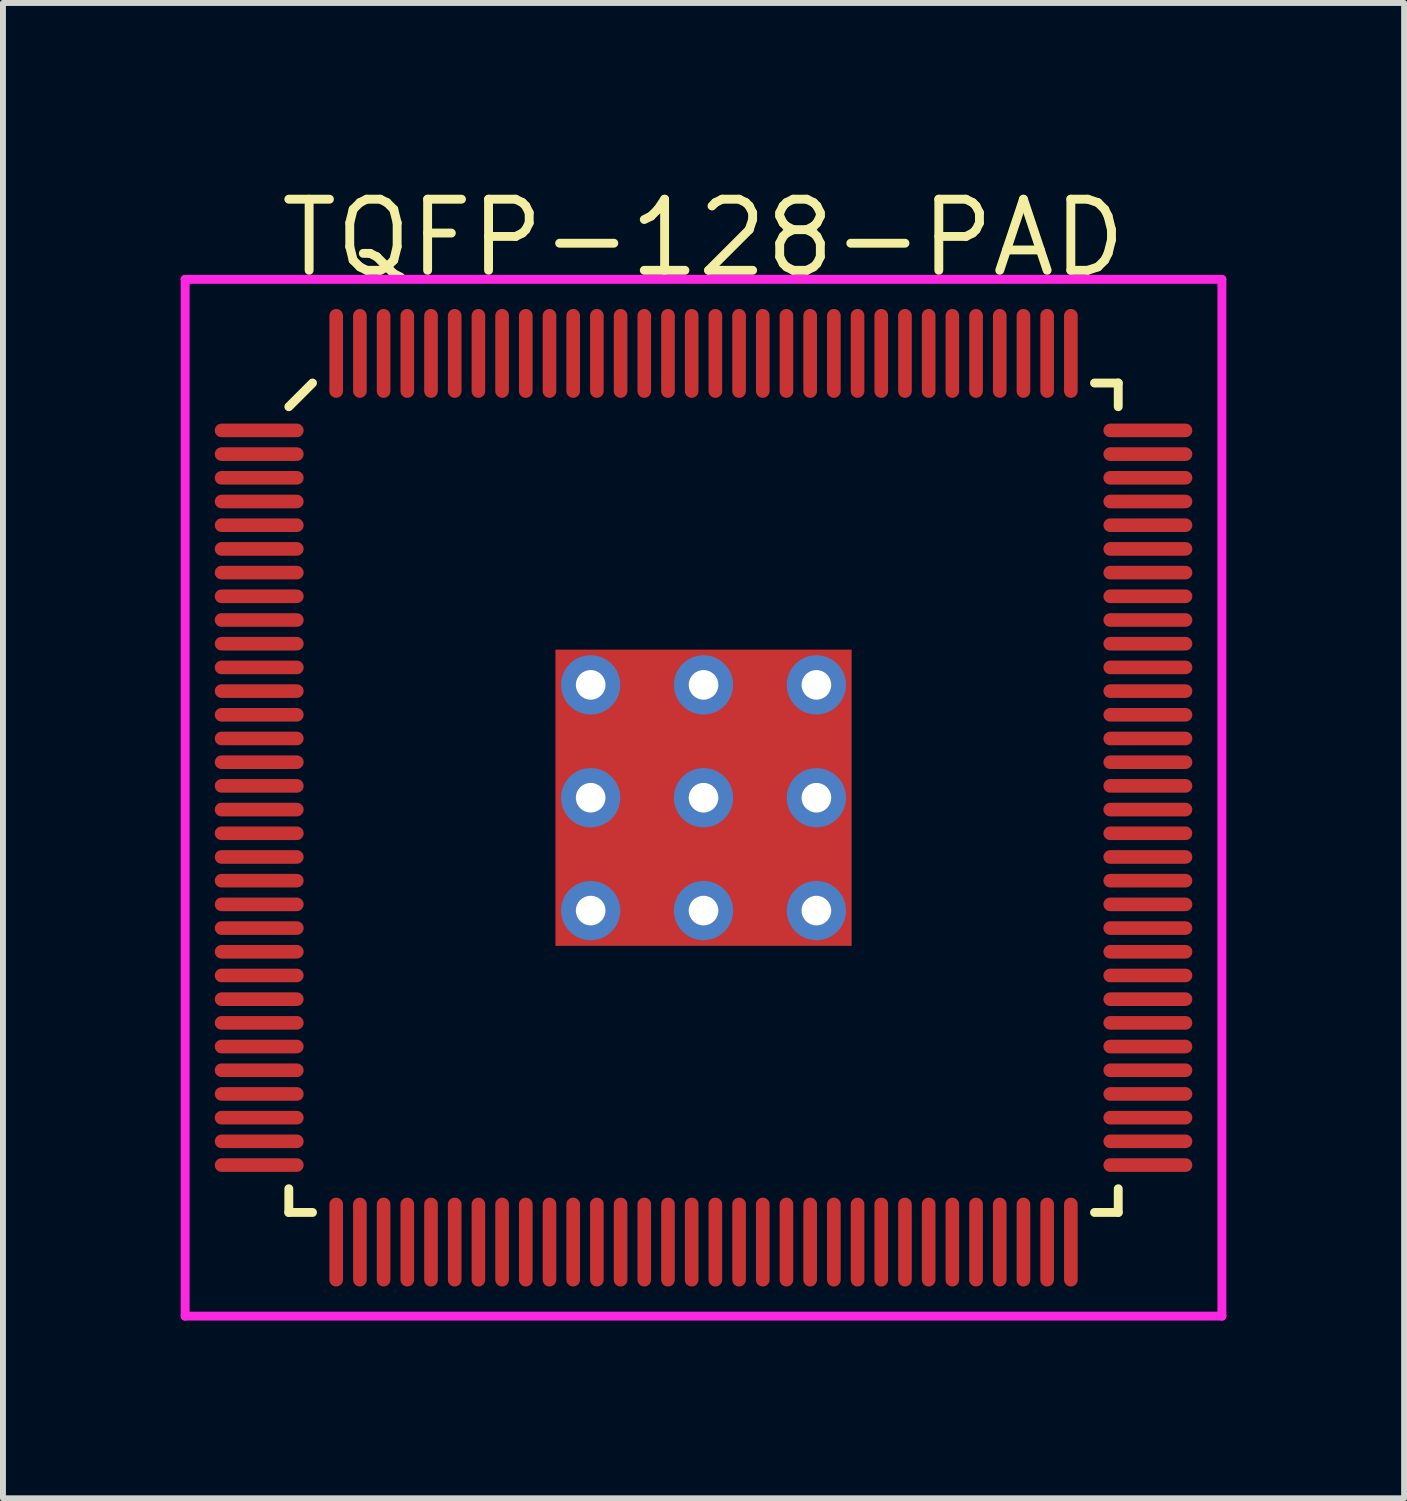
<source format=kicad_pcb>
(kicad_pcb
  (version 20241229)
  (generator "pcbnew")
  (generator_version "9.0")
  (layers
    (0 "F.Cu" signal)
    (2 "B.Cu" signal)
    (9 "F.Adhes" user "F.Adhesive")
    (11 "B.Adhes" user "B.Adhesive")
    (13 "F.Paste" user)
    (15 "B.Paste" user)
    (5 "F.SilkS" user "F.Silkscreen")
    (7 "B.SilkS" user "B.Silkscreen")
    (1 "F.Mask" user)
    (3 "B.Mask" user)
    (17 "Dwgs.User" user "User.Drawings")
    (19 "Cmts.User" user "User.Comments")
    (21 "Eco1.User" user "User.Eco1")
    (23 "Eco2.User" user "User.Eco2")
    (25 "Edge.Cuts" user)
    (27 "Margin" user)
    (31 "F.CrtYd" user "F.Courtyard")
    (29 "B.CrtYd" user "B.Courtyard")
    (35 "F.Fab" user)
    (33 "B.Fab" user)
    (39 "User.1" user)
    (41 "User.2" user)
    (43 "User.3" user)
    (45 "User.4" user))
  (footprint "TQFP-128-PAD"
    (layer "F.Cu")
    (at 8.825 10.415)
    (property "Reference" "TQFP-128-PAD" (at 0 -9.45 0) (layer "F.SilkS") (effects (font (size 1.2 1.2) (thickness 0.15))))
    (attr through_hole)
    (fp_line (start -7 -6.6) (end -6.6 -7) (stroke (width 0.15) (type solid)) (layer "F.SilkS"))
    (fp_line (start -7 7) (end -7 6.6) (stroke (width 0.15) (type solid)) (layer "F.SilkS"))
    (fp_line (start -6.6 7) (end -7 7) (stroke (width 0.15) (type solid)) (layer "F.SilkS"))
    (fp_line (start 6.6 -7) (end 7 -7) (stroke (width 0.15) (type solid)) (layer "F.SilkS"))
    (fp_line (start 6.6 7) (end 7 7) (stroke (width 0.15) (type solid)) (layer "F.SilkS"))
    (fp_line (start 7 -7) (end 7 -6.6) (stroke (width 0.15) (type solid)) (layer "F.SilkS"))
    (fp_line (start 7 7) (end 7 6.6) (stroke (width 0.15) (type solid)) (layer "F.SilkS"))
    (fp_line (start -8.75 -8.75) (end 8.75 -8.75) (stroke (width 0.15) (type solid)) (layer "F.CrtYd"))
    (fp_line (start -8.75 8.75) (end -8.75 -8.75) (stroke (width 0.15) (type solid)) (layer "F.CrtYd"))
    (fp_line (start 8.75 -8.75) (end 8.75 8.75) (stroke (width 0.15) (type solid)) (layer "F.CrtYd"))
    (fp_line (start 8.75 8.75) (end -8.75 8.75) (stroke (width 0.15) (type solid)) (layer "F.CrtYd"))
    (pad "1" smd oval (at -7.5 -6.2 90) (size 0.23 1.5) (layers "F.Cu" "F.Mask" "F.Paste"))
    (pad "2" smd oval (at -7.5 -5.8 90) (size 0.23 1.5) (layers "F.Cu" "F.Mask" "F.Paste"))
    (pad "3" smd oval (at -7.5 -5.4 90) (size 0.23 1.5) (layers "F.Cu" "F.Mask" "F.Paste"))
    (pad "4" smd oval (at -7.5 -5 90) (size 0.23 1.5) (layers "F.Cu" "F.Mask" "F.Paste"))
    (pad "5" smd oval (at -7.5 -4.6 90) (size 0.23 1.5) (layers "F.Cu" "F.Mask" "F.Paste"))
    (pad "6" smd oval (at -7.5 -4.2 90) (size 0.23 1.5) (layers "F.Cu" "F.Mask" "F.Paste"))
    (pad "7" smd oval (at -7.5 -3.8 90) (size 0.23 1.5) (layers "F.Cu" "F.Mask" "F.Paste"))
    (pad "8" smd oval (at -7.5 -3.4 90) (size 0.23 1.5) (layers "F.Cu" "F.Mask" "F.Paste"))
    (pad "9" smd oval (at -7.5 -3 90) (size 0.23 1.5) (layers "F.Cu" "F.Mask" "F.Paste"))
    (pad "10" smd oval (at -7.5 -2.6 90) (size 0.23 1.5) (layers "F.Cu" "F.Mask" "F.Paste"))
    (pad "11" smd oval (at -7.5 -2.2 90) (size 0.23 1.5) (layers "F.Cu" "F.Mask" "F.Paste"))
    (pad "12" smd oval (at -7.5 -1.8 90) (size 0.23 1.5) (layers "F.Cu" "F.Mask" "F.Paste"))
    (pad "13" smd oval (at -7.5 -1.4 90) (size 0.23 1.5) (layers "F.Cu" "F.Mask" "F.Paste"))
    (pad "14" smd oval (at -7.5 -1 90) (size 0.23 1.5) (layers "F.Cu" "F.Mask" "F.Paste"))
    (pad "15" smd oval (at -7.5 -0.6 90) (size 0.23 1.5) (layers "F.Cu" "F.Mask" "F.Paste"))
    (pad "16" smd oval (at -7.5 -0.2 90) (size 0.23 1.5) (layers "F.Cu" "F.Mask" "F.Paste"))
    (pad "17" smd oval (at -7.5 0.2 90) (size 0.23 1.5) (layers "F.Cu" "F.Mask" "F.Paste"))
    (pad "18" smd oval (at -7.5 0.6 90) (size 0.23 1.5) (layers "F.Cu" "F.Mask" "F.Paste"))
    (pad "19" smd oval (at -7.5 1 90) (size 0.23 1.5) (layers "F.Cu" "F.Mask" "F.Paste"))
    (pad "20" smd oval (at -7.5 1.4 90) (size 0.23 1.5) (layers "F.Cu" "F.Mask" "F.Paste"))
    (pad "21" smd oval (at -7.5 1.8 90) (size 0.23 1.5) (layers "F.Cu" "F.Mask" "F.Paste"))
    (pad "22" smd oval (at -7.5 2.2 90) (size 0.23 1.5) (layers "F.Cu" "F.Mask" "F.Paste"))
    (pad "23" smd oval (at -7.5 2.6 90) (size 0.23 1.5) (layers "F.Cu" "F.Mask" "F.Paste"))
    (pad "24" smd oval (at -7.5 3 90) (size 0.23 1.5) (layers "F.Cu" "F.Mask" "F.Paste"))
    (pad "25" smd oval (at -7.5 3.4 90) (size 0.23 1.5) (layers "F.Cu" "F.Mask" "F.Paste"))
    (pad "26" smd oval (at -7.5 3.8 90) (size 0.23 1.5) (layers "F.Cu" "F.Mask" "F.Paste"))
    (pad "27" smd oval (at -7.5 4.2 90) (size 0.23 1.5) (layers "F.Cu" "F.Mask" "F.Paste"))
    (pad "28" smd oval (at -7.5 4.6 90) (size 0.23 1.5) (layers "F.Cu" "F.Mask" "F.Paste"))
    (pad "29" smd oval (at -7.5 5 90) (size 0.23 1.5) (layers "F.Cu" "F.Mask" "F.Paste"))
    (pad "30" smd oval (at -7.5 5.4 90) (size 0.23 1.5) (layers "F.Cu" "F.Mask" "F.Paste"))
    (pad "31" smd oval (at -7.5 5.8 90) (size 0.23 1.5) (layers "F.Cu" "F.Mask" "F.Paste"))
    (pad "32" smd oval (at -7.5 6.2 90) (size 0.23 1.5) (layers "F.Cu" "F.Mask" "F.Paste"))
    (pad "33" smd oval (at -6.2 7.5) (size 0.23 1.5) (layers "F.Cu" "F.Mask" "F.Paste"))
    (pad "34" smd oval (at -5.8 7.5) (size 0.23 1.5) (layers "F.Cu" "F.Mask" "F.Paste"))
    (pad "35" smd oval (at -5.4 7.5) (size 0.23 1.5) (layers "F.Cu" "F.Mask" "F.Paste"))
    (pad "36" smd oval (at -5 7.5) (size 0.23 1.5) (layers "F.Cu" "F.Mask" "F.Paste"))
    (pad "37" smd oval (at -4.6 7.5) (size 0.23 1.5) (layers "F.Cu" "F.Mask" "F.Paste"))
    (pad "38" smd oval (at -4.2 7.5) (size 0.23 1.5) (layers "F.Cu" "F.Mask" "F.Paste"))
    (pad "39" smd oval (at -3.8 7.5) (size 0.23 1.5) (layers "F.Cu" "F.Mask" "F.Paste"))
    (pad "40" smd oval (at -3.4 7.5) (size 0.23 1.5) (layers "F.Cu" "F.Mask" "F.Paste"))
    (pad "41" smd oval (at -3 7.5) (size 0.23 1.5) (layers "F.Cu" "F.Mask" "F.Paste"))
    (pad "42" smd oval (at -2.6 7.5) (size 0.23 1.5) (layers "F.Cu" "F.Mask" "F.Paste"))
    (pad "43" smd oval (at -2.2 7.5) (size 0.23 1.5) (layers "F.Cu" "F.Mask" "F.Paste"))
    (pad "44" smd oval (at -1.8 7.5) (size 0.23 1.5) (layers "F.Cu" "F.Mask" "F.Paste"))
    (pad "45" smd oval (at -1.4 7.5) (size 0.23 1.5) (layers "F.Cu" "F.Mask" "F.Paste"))
    (pad "46" smd oval (at -1 7.5) (size 0.23 1.5) (layers "F.Cu" "F.Mask" "F.Paste"))
    (pad "47" smd oval (at -0.6 7.5) (size 0.23 1.5) (layers "F.Cu" "F.Mask" "F.Paste"))
    (pad "48" smd oval (at -0.2 7.5) (size 0.23 1.5) (layers "F.Cu" "F.Mask" "F.Paste"))
    (pad "49" smd oval (at 0.2 7.5) (size 0.23 1.5) (layers "F.Cu" "F.Mask" "F.Paste"))
    (pad "50" smd oval (at 0.6 7.5) (size 0.23 1.5) (layers "F.Cu" "F.Mask" "F.Paste"))
    (pad "51" smd oval (at 1 7.5) (size 0.23 1.5) (layers "F.Cu" "F.Mask" "F.Paste"))
    (pad "52" smd oval (at 1.4 7.5) (size 0.23 1.5) (layers "F.Cu" "F.Mask" "F.Paste"))
    (pad "53" smd oval (at 1.8 7.5) (size 0.23 1.5) (layers "F.Cu" "F.Mask" "F.Paste"))
    (pad "54" smd oval (at 2.2 7.5) (size 0.23 1.5) (layers "F.Cu" "F.Mask" "F.Paste"))
    (pad "55" smd oval (at 2.6 7.5) (size 0.23 1.5) (layers "F.Cu" "F.Mask" "F.Paste"))
    (pad "56" smd oval (at 3 7.5) (size 0.23 1.5) (layers "F.Cu" "F.Mask" "F.Paste"))
    (pad "57" smd oval (at 3.4 7.5) (size 0.23 1.5) (layers "F.Cu" "F.Mask" "F.Paste"))
    (pad "58" smd oval (at 3.8 7.5) (size 0.23 1.5) (layers "F.Cu" "F.Mask" "F.Paste"))
    (pad "59" smd oval (at 4.2 7.5) (size 0.23 1.5) (layers "F.Cu" "F.Mask" "F.Paste"))
    (pad "60" smd oval (at 4.6 7.5) (size 0.23 1.5) (layers "F.Cu" "F.Mask" "F.Paste"))
    (pad "61" smd oval (at 5 7.5) (size 0.23 1.5) (layers "F.Cu" "F.Mask" "F.Paste"))
    (pad "62" smd oval (at 5.4 7.5) (size 0.23 1.5) (layers "F.Cu" "F.Mask" "F.Paste"))
    (pad "63" smd oval (at 5.8 7.5) (size 0.23 1.5) (layers "F.Cu" "F.Mask" "F.Paste"))
    (pad "64" smd oval (at 6.2 7.5) (size 0.23 1.5) (layers "F.Cu" "F.Mask" "F.Paste"))
    (pad "65" smd oval (at 7.5 6.2 90) (size 0.23 1.5) (layers "F.Cu" "F.Mask" "F.Paste"))
    (pad "66" smd oval (at 7.5 5.8 90) (size 0.23 1.5) (layers "F.Cu" "F.Mask" "F.Paste"))
    (pad "67" smd oval (at 7.5 5.4 90) (size 0.23 1.5) (layers "F.Cu" "F.Mask" "F.Paste"))
    (pad "68" smd oval (at 7.5 5 90) (size 0.23 1.5) (layers "F.Cu" "F.Mask" "F.Paste"))
    (pad "69" smd oval (at 7.5 4.6 90) (size 0.23 1.5) (layers "F.Cu" "F.Mask" "F.Paste"))
    (pad "70" smd oval (at 7.5 4.2 90) (size 0.23 1.5) (layers "F.Cu" "F.Mask" "F.Paste"))
    (pad "71" smd oval (at 7.5 3.8 90) (size 0.23 1.5) (layers "F.Cu" "F.Mask" "F.Paste"))
    (pad "72" smd oval (at 7.5 3.4 90) (size 0.23 1.5) (layers "F.Cu" "F.Mask" "F.Paste"))
    (pad "73" smd oval (at 7.5 3 90) (size 0.23 1.5) (layers "F.Cu" "F.Mask" "F.Paste"))
    (pad "74" smd oval (at 7.5 2.6 90) (size 0.23 1.5) (layers "F.Cu" "F.Mask" "F.Paste"))
    (pad "75" smd oval (at 7.5 2.2 90) (size 0.23 1.5) (layers "F.Cu" "F.Mask" "F.Paste"))
    (pad "76" smd oval (at 7.5 1.8 90) (size 0.23 1.5) (layers "F.Cu" "F.Mask" "F.Paste"))
    (pad "77" smd oval (at 7.5 1.4 90) (size 0.23 1.5) (layers "F.Cu" "F.Mask" "F.Paste"))
    (pad "78" smd oval (at 7.5 1 90) (size 0.23 1.5) (layers "F.Cu" "F.Mask" "F.Paste"))
    (pad "79" smd oval (at 7.5 0.6 90) (size 0.23 1.5) (layers "F.Cu" "F.Mask" "F.Paste"))
    (pad "80" smd oval (at 7.5 0.2 90) (size 0.23 1.5) (layers "F.Cu" "F.Mask" "F.Paste"))
    (pad "81" smd oval (at 7.5 -0.2 90) (size 0.23 1.5) (layers "F.Cu" "F.Mask" "F.Paste"))
    (pad "82" smd oval (at 7.5 -0.6 90) (size 0.23 1.5) (layers "F.Cu" "F.Mask" "F.Paste"))
    (pad "83" smd oval (at 7.5 -1 90) (size 0.23 1.5) (layers "F.Cu" "F.Mask" "F.Paste"))
    (pad "84" smd oval (at 7.5 -1.4 90) (size 0.23 1.5) (layers "F.Cu" "F.Mask" "F.Paste"))
    (pad "85" smd oval (at 7.5 -1.8 90) (size 0.23 1.5) (layers "F.Cu" "F.Mask" "F.Paste"))
    (pad "86" smd oval (at 7.5 -2.2 90) (size 0.23 1.5) (layers "F.Cu" "F.Mask" "F.Paste"))
    (pad "87" smd oval (at 7.5 -2.6 90) (size 0.23 1.5) (layers "F.Cu" "F.Mask" "F.Paste"))
    (pad "88" smd oval (at 7.5 -3 90) (size 0.23 1.5) (layers "F.Cu" "F.Mask" "F.Paste"))
    (pad "89" smd oval (at 7.5 -3.4 90) (size 0.23 1.5) (layers "F.Cu" "F.Mask" "F.Paste"))
    (pad "90" smd oval (at 7.5 -3.8 90) (size 0.23 1.5) (layers "F.Cu" "F.Mask" "F.Paste"))
    (pad "91" smd oval (at 7.5 -4.2 90) (size 0.23 1.5) (layers "F.Cu" "F.Mask" "F.Paste"))
    (pad "92" smd oval (at 7.5 -4.6 90) (size 0.23 1.5) (layers "F.Cu" "F.Mask" "F.Paste"))
    (pad "93" smd oval (at 7.5 -5 90) (size 0.23 1.5) (layers "F.Cu" "F.Mask" "F.Paste"))
    (pad "94" smd oval (at 7.5 -5.4 90) (size 0.23 1.5) (layers "F.Cu" "F.Mask" "F.Paste"))
    (pad "95" smd oval (at 7.5 -5.8 90) (size 0.23 1.5) (layers "F.Cu" "F.Mask" "F.Paste"))
    (pad "96" smd oval (at 7.5 -6.2 90) (size 0.23 1.5) (layers "F.Cu" "F.Mask" "F.Paste"))
    (pad "97" smd oval (at 6.2 -7.5) (size 0.23 1.5) (layers "F.Cu" "F.Mask" "F.Paste"))
    (pad "98" smd oval (at 5.8 -7.5) (size 0.23 1.5) (layers "F.Cu" "F.Mask" "F.Paste"))
    (pad "99" smd oval (at 5.4 -7.5) (size 0.23 1.5) (layers "F.Cu" "F.Mask" "F.Paste"))
    (pad "100" smd oval (at 5 -7.5) (size 0.23 1.5) (layers "F.Cu" "F.Mask" "F.Paste"))
    (pad "101" smd oval (at 4.6 -7.5) (size 0.23 1.5) (layers "F.Cu" "F.Mask" "F.Paste"))
    (pad "102" smd oval (at 4.2 -7.5) (size 0.23 1.5) (layers "F.Cu" "F.Mask" "F.Paste"))
    (pad "103" smd oval (at 3.8 -7.5) (size 0.23 1.5) (layers "F.Cu" "F.Mask" "F.Paste"))
    (pad "104" smd oval (at 3.4 -7.5) (size 0.23 1.5) (layers "F.Cu" "F.Mask" "F.Paste"))
    (pad "105" smd oval (at 3 -7.5) (size 0.23 1.5) (layers "F.Cu" "F.Mask" "F.Paste"))
    (pad "106" smd oval (at 2.6 -7.5) (size 0.23 1.5) (layers "F.Cu" "F.Mask" "F.Paste"))
    (pad "107" smd oval (at 2.2 -7.5) (size 0.23 1.5) (layers "F.Cu" "F.Mask" "F.Paste"))
    (pad "108" smd oval (at 1.8 -7.5) (size 0.23 1.5) (layers "F.Cu" "F.Mask" "F.Paste"))
    (pad "109" smd oval (at 1.4 -7.5) (size 0.23 1.5) (layers "F.Cu" "F.Mask" "F.Paste"))
    (pad "110" smd oval (at 1 -7.5) (size 0.23 1.5) (layers "F.Cu" "F.Mask" "F.Paste"))
    (pad "111" smd oval (at 0.6 -7.5) (size 0.23 1.5) (layers "F.Cu" "F.Mask" "F.Paste"))
    (pad "112" smd oval (at 0.2 -7.5) (size 0.23 1.5) (layers "F.Cu" "F.Mask" "F.Paste"))
    (pad "113" smd oval (at -0.2 -7.5) (size 0.23 1.5) (layers "F.Cu" "F.Mask" "F.Paste"))
    (pad "114" smd oval (at -0.6 -7.5) (size 0.23 1.5) (layers "F.Cu" "F.Mask" "F.Paste"))
    (pad "115" smd oval (at -1 -7.5) (size 0.23 1.5) (layers "F.Cu" "F.Mask" "F.Paste"))
    (pad "116" smd oval (at -1.4 -7.5) (size 0.23 1.5) (layers "F.Cu" "F.Mask" "F.Paste"))
    (pad "117" smd oval (at -1.8 -7.5) (size 0.23 1.5) (layers "F.Cu" "F.Mask" "F.Paste"))
    (pad "118" smd oval (at -2.2 -7.5) (size 0.23 1.5) (layers "F.Cu" "F.Mask" "F.Paste"))
    (pad "119" smd oval (at -2.6 -7.5) (size 0.23 1.5) (layers "F.Cu" "F.Mask" "F.Paste"))
    (pad "120" smd oval (at -3 -7.5) (size 0.23 1.5) (layers "F.Cu" "F.Mask" "F.Paste"))
    (pad "121" smd oval (at -3.4 -7.5) (size 0.23 1.5) (layers "F.Cu" "F.Mask" "F.Paste"))
    (pad "122" smd oval (at -3.8 -7.5) (size 0.23 1.5) (layers "F.Cu" "F.Mask" "F.Paste"))
    (pad "123" smd oval (at -4.2 -7.5) (size 0.23 1.5) (layers "F.Cu" "F.Mask" "F.Paste"))
    (pad "124" smd oval (at -4.6 -7.5) (size 0.23 1.5) (layers "F.Cu" "F.Mask" "F.Paste"))
    (pad "125" smd oval (at -5 -7.5) (size 0.23 1.5) (layers "F.Cu" "F.Mask" "F.Paste"))
    (pad "126" smd oval (at -5.4 -7.5) (size 0.23 1.5) (layers "F.Cu" "F.Mask" "F.Paste"))
    (pad "127" smd oval (at -5.8 -7.5) (size 0.23 1.5) (layers "F.Cu" "F.Mask" "F.Paste"))
    (pad "128" smd oval (at -6.2 -7.5) (size 0.23 1.5) (layers "F.Cu" "F.Mask" "F.Paste"))
    (pad "129" thru_hole circle (at -1.905 -1.905) (size 1 1) (drill 0.5) (layers "*.Cu" "*.Mask"))
    (pad "129" thru_hole circle (at -1.905 0) (size 1 1) (drill 0.5) (layers "*.Cu" "*.Mask"))
    (pad "129" thru_hole circle (at -1.905 1.905) (size 1 1) (drill 0.5) (layers "*.Cu" "*.Mask"))
    (pad "129" thru_hole circle (at 0 -1.905) (size 1 1) (drill 0.5) (layers "*.Cu" "*.Mask"))
    (pad "129" thru_hole circle (at 0 0) (size 1 1) (drill 0.5) (layers "*.Cu" "*.Mask"))
    (pad "129" smd rect (at 0 0) (size 5 5) (layers "F.Cu" "F.Mask" "F.Paste"))
    (pad "129" thru_hole circle (at 0 1.905) (size 1 1) (drill 0.5) (layers "*.Cu" "*.Mask"))
    (pad "129" thru_hole circle (at 1.905 -1.905) (size 1 1) (drill 0.5) (layers "*.Cu" "*.Mask"))
    (pad "129" thru_hole circle (at 1.905 0) (size 1 1) (drill 0.5) (layers "*.Cu" "*.Mask"))
    (pad "129" thru_hole circle (at 1.905 1.905) (size 1 1) (drill 0.5) (layers "*.Cu" "*.Mask")))
  (gr_rect
    (start -3 -3)
    (end 20.65 22.24)
    (stroke (width 0.1) (type default))
    (fill no)
    (layer "Edge.Cuts")))
</source>
